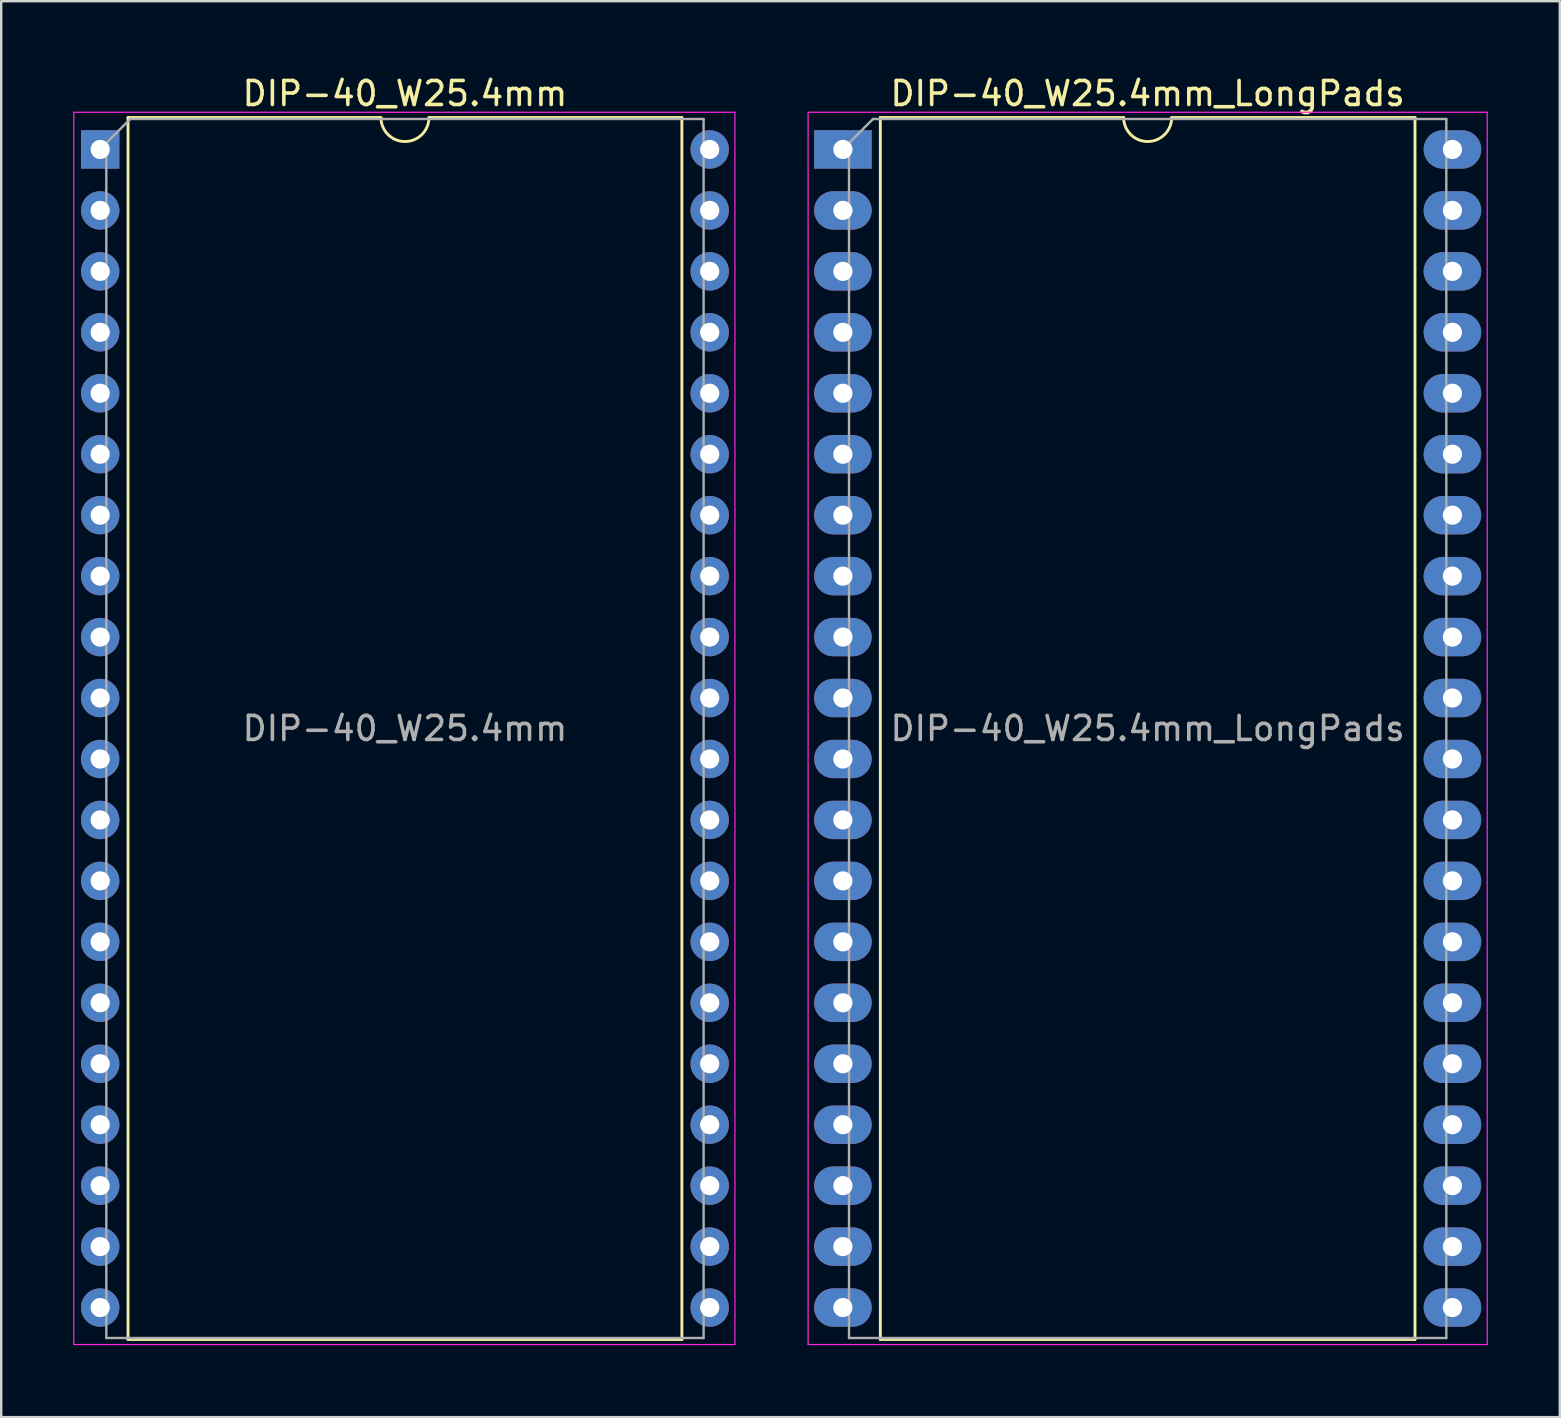
<source format=kicad_pcb>
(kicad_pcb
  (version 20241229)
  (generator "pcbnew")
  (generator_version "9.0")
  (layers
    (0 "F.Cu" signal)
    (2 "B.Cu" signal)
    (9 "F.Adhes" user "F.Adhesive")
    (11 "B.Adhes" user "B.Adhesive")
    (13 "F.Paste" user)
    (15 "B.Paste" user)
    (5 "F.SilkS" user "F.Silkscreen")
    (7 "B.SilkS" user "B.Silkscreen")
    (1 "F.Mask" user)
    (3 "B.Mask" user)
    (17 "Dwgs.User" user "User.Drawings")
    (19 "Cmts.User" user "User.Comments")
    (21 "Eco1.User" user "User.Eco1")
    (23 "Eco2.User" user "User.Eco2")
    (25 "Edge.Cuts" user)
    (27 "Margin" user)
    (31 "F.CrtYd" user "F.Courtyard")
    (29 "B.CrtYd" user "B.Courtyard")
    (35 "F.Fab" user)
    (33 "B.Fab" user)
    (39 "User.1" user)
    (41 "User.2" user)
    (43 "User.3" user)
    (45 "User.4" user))
  (footprint "DIP-40_W25.4mm_LongPads"
    (layer "F.Cu")
    (at 32.075 3.178)
    (property "Reference" "DIP-40_W25.4mm_LongPads" (at 12.7 -2.33 0) (layer "F.SilkS") (effects (font (size 1 1) (thickness 0.15))))
    (attr through_hole)
    (fp_line (start 1.56 -1.33) (end 1.56 49.59) (stroke (width 0.12) (type solid)) (layer "F.SilkS"))
    (fp_line (start 1.56 49.59) (end 23.84 49.59) (stroke (width 0.12) (type solid)) (layer "F.SilkS"))
    (fp_line (start 11.7 -1.33) (end 1.56 -1.33) (stroke (width 0.12) (type solid)) (layer "F.SilkS"))
    (fp_line (start 23.84 -1.33) (end 13.7 -1.33) (stroke (width 0.12) (type solid)) (layer "F.SilkS"))
    (fp_line (start 23.84 49.59) (end 23.84 -1.33) (stroke (width 0.12) (type solid)) (layer "F.SilkS"))
    (fp_arc (start 13.7 -1.33) (mid 12.7 -0.33) (end 11.7 -1.33) (stroke (width 0.12) (type solid)) (layer "F.SilkS"))
    (fp_line (start -1.45 -1.55) (end -1.45 49.8) (stroke (width 0.05) (type solid)) (layer "F.CrtYd"))
    (fp_line (start -1.45 49.8) (end 26.85 49.8) (stroke (width 0.05) (type solid)) (layer "F.CrtYd"))
    (fp_line (start 26.85 -1.55) (end -1.45 -1.55) (stroke (width 0.05) (type solid)) (layer "F.CrtYd"))
    (fp_line (start 26.85 49.8) (end 26.85 -1.55) (stroke (width 0.05) (type solid)) (layer "F.CrtYd"))
    (fp_line (start 0.255 -0.27) (end 1.255 -1.27) (stroke (width 0.1) (type solid)) (layer "F.Fab"))
    (fp_line (start 0.255 49.53) (end 0.255 -0.27) (stroke (width 0.1) (type solid)) (layer "F.Fab"))
    (fp_line (start 1.255 -1.27) (end 25.145 -1.27) (stroke (width 0.1) (type solid)) (layer "F.Fab"))
    (fp_line (start 25.145 -1.27) (end 25.145 49.53) (stroke (width 0.1) (type solid)) (layer "F.Fab"))
    (fp_line (start 25.145 49.53) (end 0.255 49.53) (stroke (width 0.1) (type solid)) (layer "F.Fab"))
    (fp_text user "${REFERENCE}" (at 12.7 24.13 0) (layer "F.Fab") (effects (font (size 1 1) (thickness 0.15))))
    (pad "1" thru_hole rect (at 0 0) (size 2.4 1.6) (drill 0.8) (layers "*.Cu" "*.Mask"))
    (pad "2" thru_hole oval (at 0 2.54) (size 2.4 1.6) (drill 0.8) (layers "*.Cu" "*.Mask"))
    (pad "3" thru_hole oval (at 0 5.08) (size 2.4 1.6) (drill 0.8) (layers "*.Cu" "*.Mask"))
    (pad "4" thru_hole oval (at 0 7.62) (size 2.4 1.6) (drill 0.8) (layers "*.Cu" "*.Mask"))
    (pad "5" thru_hole oval (at 0 10.16) (size 2.4 1.6) (drill 0.8) (layers "*.Cu" "*.Mask"))
    (pad "6" thru_hole oval (at 0 12.7) (size 2.4 1.6) (drill 0.8) (layers "*.Cu" "*.Mask"))
    (pad "7" thru_hole oval (at 0 15.24) (size 2.4 1.6) (drill 0.8) (layers "*.Cu" "*.Mask"))
    (pad "8" thru_hole oval (at 0 17.78) (size 2.4 1.6) (drill 0.8) (layers "*.Cu" "*.Mask"))
    (pad "9" thru_hole oval (at 0 20.32) (size 2.4 1.6) (drill 0.8) (layers "*.Cu" "*.Mask"))
    (pad "10" thru_hole oval (at 0 22.86) (size 2.4 1.6) (drill 0.8) (layers "*.Cu" "*.Mask"))
    (pad "11" thru_hole oval (at 0 25.4) (size 2.4 1.6) (drill 0.8) (layers "*.Cu" "*.Mask"))
    (pad "12" thru_hole oval (at 0 27.94) (size 2.4 1.6) (drill 0.8) (layers "*.Cu" "*.Mask"))
    (pad "13" thru_hole oval (at 0 30.48) (size 2.4 1.6) (drill 0.8) (layers "*.Cu" "*.Mask"))
    (pad "14" thru_hole oval (at 0 33.02) (size 2.4 1.6) (drill 0.8) (layers "*.Cu" "*.Mask"))
    (pad "15" thru_hole oval (at 0 35.56) (size 2.4 1.6) (drill 0.8) (layers "*.Cu" "*.Mask"))
    (pad "16" thru_hole oval (at 0 38.1) (size 2.4 1.6) (drill 0.8) (layers "*.Cu" "*.Mask"))
    (pad "17" thru_hole oval (at 0 40.64) (size 2.4 1.6) (drill 0.8) (layers "*.Cu" "*.Mask"))
    (pad "18" thru_hole oval (at 0 43.18) (size 2.4 1.6) (drill 0.8) (layers "*.Cu" "*.Mask"))
    (pad "19" thru_hole oval (at 0 45.72) (size 2.4 1.6) (drill 0.8) (layers "*.Cu" "*.Mask"))
    (pad "20" thru_hole oval (at 0 48.26) (size 2.4 1.6) (drill 0.8) (layers "*.Cu" "*.Mask"))
    (pad "21" thru_hole oval (at 25.4 48.26) (size 2.4 1.6) (drill 0.8) (layers "*.Cu" "*.Mask"))
    (pad "22" thru_hole oval (at 25.4 45.72) (size 2.4 1.6) (drill 0.8) (layers "*.Cu" "*.Mask"))
    (pad "23" thru_hole oval (at 25.4 43.18) (size 2.4 1.6) (drill 0.8) (layers "*.Cu" "*.Mask"))
    (pad "24" thru_hole oval (at 25.4 40.64) (size 2.4 1.6) (drill 0.8) (layers "*.Cu" "*.Mask"))
    (pad "25" thru_hole oval (at 25.4 38.1) (size 2.4 1.6) (drill 0.8) (layers "*.Cu" "*.Mask"))
    (pad "26" thru_hole oval (at 25.4 35.56) (size 2.4 1.6) (drill 0.8) (layers "*.Cu" "*.Mask"))
    (pad "27" thru_hole oval (at 25.4 33.02) (size 2.4 1.6) (drill 0.8) (layers "*.Cu" "*.Mask"))
    (pad "28" thru_hole oval (at 25.4 30.48) (size 2.4 1.6) (drill 0.8) (layers "*.Cu" "*.Mask"))
    (pad "29" thru_hole oval (at 25.4 27.94) (size 2.4 1.6) (drill 0.8) (layers "*.Cu" "*.Mask"))
    (pad "30" thru_hole oval (at 25.4 25.4) (size 2.4 1.6) (drill 0.8) (layers "*.Cu" "*.Mask"))
    (pad "31" thru_hole oval (at 25.4 22.86) (size 2.4 1.6) (drill 0.8) (layers "*.Cu" "*.Mask"))
    (pad "32" thru_hole oval (at 25.4 20.32) (size 2.4 1.6) (drill 0.8) (layers "*.Cu" "*.Mask"))
    (pad "33" thru_hole oval (at 25.4 17.78) (size 2.4 1.6) (drill 0.8) (layers "*.Cu" "*.Mask"))
    (pad "34" thru_hole oval (at 25.4 15.24) (size 2.4 1.6) (drill 0.8) (layers "*.Cu" "*.Mask"))
    (pad "35" thru_hole oval (at 25.4 12.7) (size 2.4 1.6) (drill 0.8) (layers "*.Cu" "*.Mask"))
    (pad "36" thru_hole oval (at 25.4 10.16) (size 2.4 1.6) (drill 0.8) (layers "*.Cu" "*.Mask"))
    (pad "37" thru_hole oval (at 25.4 7.62) (size 2.4 1.6) (drill 0.8) (layers "*.Cu" "*.Mask"))
    (pad "38" thru_hole oval (at 25.4 5.08) (size 2.4 1.6) (drill 0.8) (layers "*.Cu" "*.Mask"))
    (pad "39" thru_hole oval (at 25.4 2.54) (size 2.4 1.6) (drill 0.8) (layers "*.Cu" "*.Mask"))
    (pad "40" thru_hole oval (at 25.4 0) (size 2.4 1.6) (drill 0.8) (layers "*.Cu" "*.Mask")))
  (footprint "DIP-40_W25.4mm"
    (layer "F.Cu")
    (at 1.125 3.178)
    (property "Reference" "DIP-40_W25.4mm" (at 12.7 -2.33 0) (layer "F.SilkS") (effects (font (size 1 1) (thickness 0.15))))
    (attr through_hole)
    (fp_line (start 1.16 -1.33) (end 1.16 49.59) (stroke (width 0.12) (type solid)) (layer "F.SilkS"))
    (fp_line (start 1.16 49.59) (end 24.24 49.59) (stroke (width 0.12) (type solid)) (layer "F.SilkS"))
    (fp_line (start 11.7 -1.33) (end 1.16 -1.33) (stroke (width 0.12) (type solid)) (layer "F.SilkS"))
    (fp_line (start 24.24 -1.33) (end 13.7 -1.33) (stroke (width 0.12) (type solid)) (layer "F.SilkS"))
    (fp_line (start 24.24 49.59) (end 24.24 -1.33) (stroke (width 0.12) (type solid)) (layer "F.SilkS"))
    (fp_arc (start 13.7 -1.33) (mid 12.7 -0.33) (end 11.7 -1.33) (stroke (width 0.12) (type solid)) (layer "F.SilkS"))
    (fp_line (start -1.1 -1.55) (end -1.1 49.8) (stroke (width 0.05) (type solid)) (layer "F.CrtYd"))
    (fp_line (start -1.1 49.8) (end 26.45 49.8) (stroke (width 0.05) (type solid)) (layer "F.CrtYd"))
    (fp_line (start 26.45 -1.55) (end -1.1 -1.55) (stroke (width 0.05) (type solid)) (layer "F.CrtYd"))
    (fp_line (start 26.45 49.8) (end 26.45 -1.55) (stroke (width 0.05) (type solid)) (layer "F.CrtYd"))
    (fp_line (start 0.255 -0.27) (end 1.255 -1.27) (stroke (width 0.1) (type solid)) (layer "F.Fab"))
    (fp_line (start 0.255 49.53) (end 0.255 -0.27) (stroke (width 0.1) (type solid)) (layer "F.Fab"))
    (fp_line (start 1.255 -1.27) (end 25.145 -1.27) (stroke (width 0.1) (type solid)) (layer "F.Fab"))
    (fp_line (start 25.145 -1.27) (end 25.145 49.53) (stroke (width 0.1) (type solid)) (layer "F.Fab"))
    (fp_line (start 25.145 49.53) (end 0.255 49.53) (stroke (width 0.1) (type solid)) (layer "F.Fab"))
    (fp_text user "${REFERENCE}" (at 12.7 24.13 0) (layer "F.Fab") (effects (font (size 1 1) (thickness 0.15))))
    (pad "1" thru_hole rect (at 0 0) (size 1.6 1.6) (drill 0.8) (layers "*.Cu" "*.Mask"))
    (pad "2" thru_hole oval (at 0 2.54) (size 1.6 1.6) (drill 0.8) (layers "*.Cu" "*.Mask"))
    (pad "3" thru_hole oval (at 0 5.08) (size 1.6 1.6) (drill 0.8) (layers "*.Cu" "*.Mask"))
    (pad "4" thru_hole oval (at 0 7.62) (size 1.6 1.6) (drill 0.8) (layers "*.Cu" "*.Mask"))
    (pad "5" thru_hole oval (at 0 10.16) (size 1.6 1.6) (drill 0.8) (layers "*.Cu" "*.Mask"))
    (pad "6" thru_hole oval (at 0 12.7) (size 1.6 1.6) (drill 0.8) (layers "*.Cu" "*.Mask"))
    (pad "7" thru_hole oval (at 0 15.24) (size 1.6 1.6) (drill 0.8) (layers "*.Cu" "*.Mask"))
    (pad "8" thru_hole oval (at 0 17.78) (size 1.6 1.6) (drill 0.8) (layers "*.Cu" "*.Mask"))
    (pad "9" thru_hole oval (at 0 20.32) (size 1.6 1.6) (drill 0.8) (layers "*.Cu" "*.Mask"))
    (pad "10" thru_hole oval (at 0 22.86) (size 1.6 1.6) (drill 0.8) (layers "*.Cu" "*.Mask"))
    (pad "11" thru_hole oval (at 0 25.4) (size 1.6 1.6) (drill 0.8) (layers "*.Cu" "*.Mask"))
    (pad "12" thru_hole oval (at 0 27.94) (size 1.6 1.6) (drill 0.8) (layers "*.Cu" "*.Mask"))
    (pad "13" thru_hole oval (at 0 30.48) (size 1.6 1.6) (drill 0.8) (layers "*.Cu" "*.Mask"))
    (pad "14" thru_hole oval (at 0 33.02) (size 1.6 1.6) (drill 0.8) (layers "*.Cu" "*.Mask"))
    (pad "15" thru_hole oval (at 0 35.56) (size 1.6 1.6) (drill 0.8) (layers "*.Cu" "*.Mask"))
    (pad "16" thru_hole oval (at 0 38.1) (size 1.6 1.6) (drill 0.8) (layers "*.Cu" "*.Mask"))
    (pad "17" thru_hole oval (at 0 40.64) (size 1.6 1.6) (drill 0.8) (layers "*.Cu" "*.Mask"))
    (pad "18" thru_hole oval (at 0 43.18) (size 1.6 1.6) (drill 0.8) (layers "*.Cu" "*.Mask"))
    (pad "19" thru_hole oval (at 0 45.72) (size 1.6 1.6) (drill 0.8) (layers "*.Cu" "*.Mask"))
    (pad "20" thru_hole oval (at 0 48.26) (size 1.6 1.6) (drill 0.8) (layers "*.Cu" "*.Mask"))
    (pad "21" thru_hole oval (at 25.4 48.26) (size 1.6 1.6) (drill 0.8) (layers "*.Cu" "*.Mask"))
    (pad "22" thru_hole oval (at 25.4 45.72) (size 1.6 1.6) (drill 0.8) (layers "*.Cu" "*.Mask"))
    (pad "23" thru_hole oval (at 25.4 43.18) (size 1.6 1.6) (drill 0.8) (layers "*.Cu" "*.Mask"))
    (pad "24" thru_hole oval (at 25.4 40.64) (size 1.6 1.6) (drill 0.8) (layers "*.Cu" "*.Mask"))
    (pad "25" thru_hole oval (at 25.4 38.1) (size 1.6 1.6) (drill 0.8) (layers "*.Cu" "*.Mask"))
    (pad "26" thru_hole oval (at 25.4 35.56) (size 1.6 1.6) (drill 0.8) (layers "*.Cu" "*.Mask"))
    (pad "27" thru_hole oval (at 25.4 33.02) (size 1.6 1.6) (drill 0.8) (layers "*.Cu" "*.Mask"))
    (pad "28" thru_hole oval (at 25.4 30.48) (size 1.6 1.6) (drill 0.8) (layers "*.Cu" "*.Mask"))
    (pad "29" thru_hole oval (at 25.4 27.94) (size 1.6 1.6) (drill 0.8) (layers "*.Cu" "*.Mask"))
    (pad "30" thru_hole oval (at 25.4 25.4) (size 1.6 1.6) (drill 0.8) (layers "*.Cu" "*.Mask"))
    (pad "31" thru_hole oval (at 25.4 22.86) (size 1.6 1.6) (drill 0.8) (layers "*.Cu" "*.Mask"))
    (pad "32" thru_hole oval (at 25.4 20.32) (size 1.6 1.6) (drill 0.8) (layers "*.Cu" "*.Mask"))
    (pad "33" thru_hole oval (at 25.4 17.78) (size 1.6 1.6) (drill 0.8) (layers "*.Cu" "*.Mask"))
    (pad "34" thru_hole oval (at 25.4 15.24) (size 1.6 1.6) (drill 0.8) (layers "*.Cu" "*.Mask"))
    (pad "35" thru_hole oval (at 25.4 12.7) (size 1.6 1.6) (drill 0.8) (layers "*.Cu" "*.Mask"))
    (pad "36" thru_hole oval (at 25.4 10.16) (size 1.6 1.6) (drill 0.8) (layers "*.Cu" "*.Mask"))
    (pad "37" thru_hole oval (at 25.4 7.62) (size 1.6 1.6) (drill 0.8) (layers "*.Cu" "*.Mask"))
    (pad "38" thru_hole oval (at 25.4 5.08) (size 1.6 1.6) (drill 0.8) (layers "*.Cu" "*.Mask"))
    (pad "39" thru_hole oval (at 25.4 2.54) (size 1.6 1.6) (drill 0.8) (layers "*.Cu" "*.Mask"))
    (pad "40" thru_hole oval (at 25.4 0) (size 1.6 1.6) (drill 0.8) (layers "*.Cu" "*.Mask")))
  (gr_rect
    (start -3 -3)
    (end 61.95 56.003)
    (stroke (width 0.1) (type default))
    (fill no)
    (layer "Edge.Cuts")))
</source>
